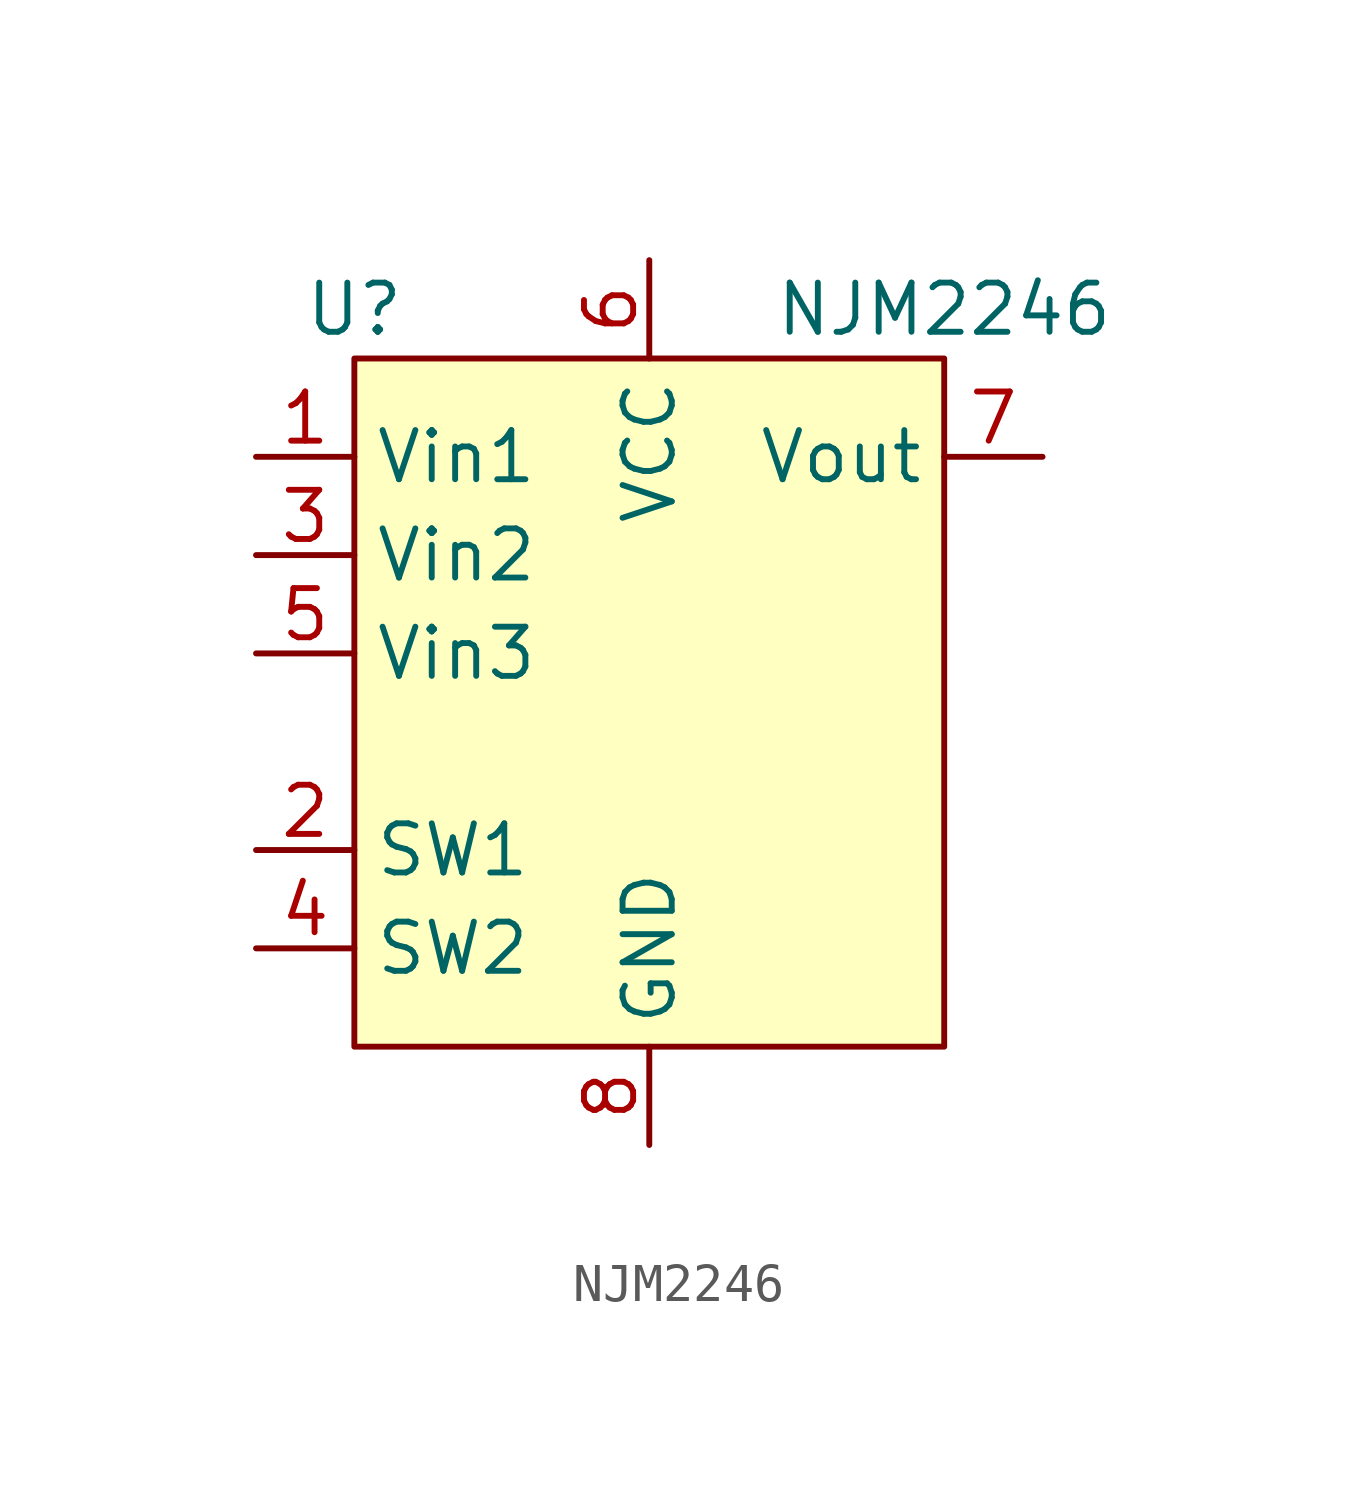
<source format=kicad_sym>
(kicad_symbol_lib
  (version 20220914)
  (generator kicad_symbol_editor)
  (symbol "NJM2246"
    (property "Reference" "U"
      (at -7.62 10.16 0)
      (effects (font (size 1.27 1.27))))
    (property "Value" "NJM2246"
      (at 7.62 10.16 0)
      (effects (font (size 1.27 1.27))))
    (symbol "NJM2246_1_1"
      (rectangle (start -7.62 8.89) (end 7.62 -8.89) (stroke (width 0) (type default)) (fill (type background)))
      (pin input line (at -10.16 6.35 0) (length 2.54) (name "Vin1" (effects (font (size 1.27 1.27)))) (number "1" (effects (font (size 1.27 1.27)))))
      (pin input line (at -10.16 -3.81 0) (length 2.54) (name "SW1" (effects (font (size 1.27 1.27)))) (number "2" (effects (font (size 1.27 1.27)))))
      (pin input line (at -10.16 3.81 0) (length 2.54) (name "Vin2" (effects (font (size 1.27 1.27)))) (number "3" (effects (font (size 1.27 1.27)))))
      (pin input line (at -10.16 -6.35 0) (length 2.54) (name "SW2" (effects (font (size 1.27 1.27)))) (number "4" (effects (font (size 1.27 1.27)))))
      (pin input line (at -10.16 1.27 0) (length 2.54) (name "Vin3" (effects (font (size 1.27 1.27)))) (number "5" (effects (font (size 1.27 1.27)))))
      (pin power_in line (at 0 11.43 270) (length 2.54) (name "VCC" (effects (font (size 1.27 1.27)))) (number "6" (effects (font (size 1.27 1.27)))))
      (pin output line (at 10.16 6.35 180) (length 2.54) (name "Vout" (effects (font (size 1.27 1.27)))) (number "7" (effects (font (size 1.27 1.27)))))
      (pin power_in line (at 0 -11.43 90) (length 2.54) (name "GND" (effects (font (size 1.27 1.27)))) (number "8" (effects (font (size 1.27 1.27))))))))
</source>
